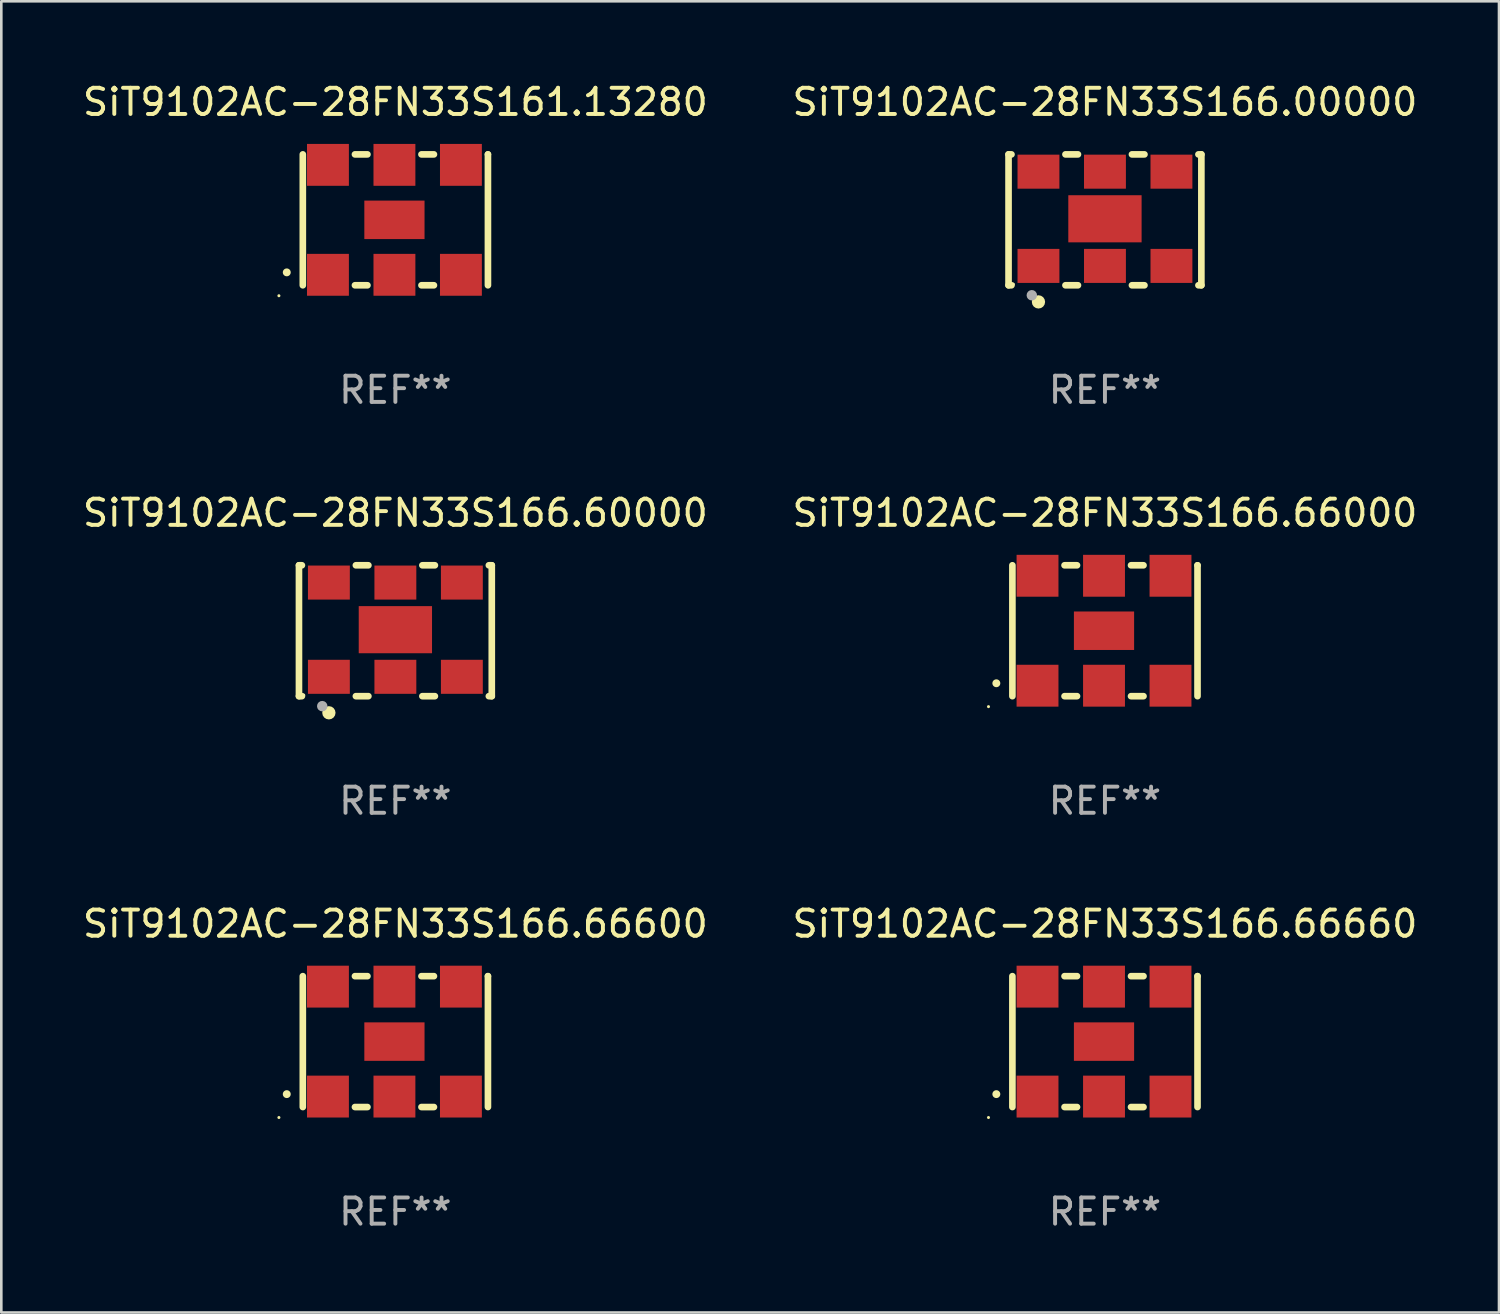
<source format=kicad_pcb>
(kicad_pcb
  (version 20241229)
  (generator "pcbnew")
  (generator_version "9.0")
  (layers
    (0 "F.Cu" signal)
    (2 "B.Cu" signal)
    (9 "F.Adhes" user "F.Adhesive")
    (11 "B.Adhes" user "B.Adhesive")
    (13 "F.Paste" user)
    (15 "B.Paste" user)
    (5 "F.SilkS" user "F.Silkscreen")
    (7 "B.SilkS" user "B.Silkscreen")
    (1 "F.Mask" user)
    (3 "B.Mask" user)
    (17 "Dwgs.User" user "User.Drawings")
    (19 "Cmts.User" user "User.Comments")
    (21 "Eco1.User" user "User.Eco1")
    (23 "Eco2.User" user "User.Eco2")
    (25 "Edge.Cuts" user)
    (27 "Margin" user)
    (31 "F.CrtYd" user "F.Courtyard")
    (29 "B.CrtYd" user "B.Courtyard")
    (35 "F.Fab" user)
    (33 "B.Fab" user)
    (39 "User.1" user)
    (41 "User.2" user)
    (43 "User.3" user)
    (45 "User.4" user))
  (footprint "SiT9102AC-28FN33S166.66660"
    (layer "F.Cu")
    (at 39.161 36.741)
    (property "Reference" "SiT9102AC-28FN33S166.66660" (at 0 -4.5 0) (layer "F.SilkS") (effects (font (size 1 1) (thickness 0.15))))
    (attr through_hole)
    (fp_line (start -3.536 -2.5) (end -3.536 2.5) (stroke (width 0.254) (type solid)) (layer "F.SilkS"))
    (fp_line (start -1.544 2.5) (end -1.067 2.5) (stroke (width 0.254) (type solid)) (layer "F.SilkS"))
    (fp_line (start -1.067 -2.5) (end -1.544 -2.5) (stroke (width 0.254) (type solid)) (layer "F.SilkS"))
    (fp_line (start 0.996 2.5) (end 1.473 2.5) (stroke (width 0.254) (type solid)) (layer "F.SilkS"))
    (fp_line (start 1.473 -2.5) (end 0.996 -2.5) (stroke (width 0.254) (type solid)) (layer "F.SilkS"))
    (fp_line (start 3.536 -2.5) (end 3.536 -2.5) (stroke (width 0.254) (type solid)) (layer "F.SilkS"))
    (fp_line (start 3.536 2.5) (end 3.536 -2.5) (stroke (width 0.254) (type solid)) (layer "F.SilkS"))
    (fp_arc (start -4.150432 2.006604) (mid -4.149162 2.006599) (end -4.147892 2.006604) (stroke (width 0.3) (type solid)) (layer "F.SilkS"))
    (fp_circle (center -4.449 2.9) (end -4.419 2.9) (stroke (width 0.06) (type solid)) (fill no) (layer "F.SilkS"))
    (fp_text user "REF**" (at 0 6.5 0) (layer "F.Fab") (effects (font (size 1 1) (thickness 0.15))))
    (pad "1" smd rect (at -2.576 2.1) (size 1.6 1.6) (layers "F.Cu" "F.Mask" "F.Paste"))
    (pad "2" smd rect (at -0.036 2.1) (size 1.6 1.6) (layers "F.Cu" "F.Mask" "F.Paste"))
    (pad "3" smd rect (at 2.504 2.1) (size 1.6 1.6) (layers "F.Cu" "F.Mask" "F.Paste"))
    (pad "4" smd rect (at 2.504 -2.1) (size 1.6 1.6) (layers "F.Cu" "F.Mask" "F.Paste"))
    (pad "5" smd rect (at -0.036 -2.1) (size 1.6 1.6) (layers "F.Cu" "F.Mask" "F.Paste"))
    (pad "6" smd rect (at -2.576 -2.1) (size 1.6 1.6) (layers "F.Cu" "F.Mask" "F.Paste"))
    (pad "7" smd rect (at -0.036 0) (size 2.3 1.47) (layers "F.Cu" "F.Mask" "F.Paste")))
  (footprint "SiT9102AC-28FN33S166.66600"
    (layer "F.Cu")
    (at 12.054 36.741)
    (property "Reference" "SiT9102AC-28FN33S166.66600" (at 0 -4.5 0) (layer "F.SilkS") (effects (font (size 1 1) (thickness 0.15))))
    (attr through_hole)
    (fp_line (start -3.536 -2.5) (end -3.536 2.5) (stroke (width 0.254) (type solid)) (layer "F.SilkS"))
    (fp_line (start -1.544 2.5) (end -1.067 2.5) (stroke (width 0.254) (type solid)) (layer "F.SilkS"))
    (fp_line (start -1.067 -2.5) (end -1.544 -2.5) (stroke (width 0.254) (type solid)) (layer "F.SilkS"))
    (fp_line (start 0.996 2.5) (end 1.473 2.5) (stroke (width 0.254) (type solid)) (layer "F.SilkS"))
    (fp_line (start 1.473 -2.5) (end 0.996 -2.5) (stroke (width 0.254) (type solid)) (layer "F.SilkS"))
    (fp_line (start 3.536 -2.5) (end 3.536 -2.5) (stroke (width 0.254) (type solid)) (layer "F.SilkS"))
    (fp_line (start 3.536 2.5) (end 3.536 -2.5) (stroke (width 0.254) (type solid)) (layer "F.SilkS"))
    (fp_arc (start -4.150432 2.006604) (mid -4.149162 2.006599) (end -4.147892 2.006604) (stroke (width 0.3) (type solid)) (layer "F.SilkS"))
    (fp_circle (center -4.449 2.9) (end -4.419 2.9) (stroke (width 0.06) (type solid)) (fill no) (layer "F.SilkS"))
    (fp_text user "REF**" (at 0 6.5 0) (layer "F.Fab") (effects (font (size 1 1) (thickness 0.15))))
    (pad "1" smd rect (at -2.576 2.1) (size 1.6 1.6) (layers "F.Cu" "F.Mask" "F.Paste"))
    (pad "2" smd rect (at -0.036 2.1) (size 1.6 1.6) (layers "F.Cu" "F.Mask" "F.Paste"))
    (pad "3" smd rect (at 2.504 2.1) (size 1.6 1.6) (layers "F.Cu" "F.Mask" "F.Paste"))
    (pad "4" smd rect (at 2.504 -2.1) (size 1.6 1.6) (layers "F.Cu" "F.Mask" "F.Paste"))
    (pad "5" smd rect (at -0.036 -2.1) (size 1.6 1.6) (layers "F.Cu" "F.Mask" "F.Paste"))
    (pad "6" smd rect (at -2.576 -2.1) (size 1.6 1.6) (layers "F.Cu" "F.Mask" "F.Paste"))
    (pad "7" smd rect (at -0.036 0) (size 2.3 1.47) (layers "F.Cu" "F.Mask" "F.Paste")))
  (footprint "SiT9102AC-28FN33S166.60000"
    (layer "F.Cu")
    (at 12.054 21.045)
    (property "Reference" "SiT9102AC-28FN33S166.60000" (at 0 -4.5 0) (layer "F.SilkS") (effects (font (size 1 1) (thickness 0.15))))
    (attr through_hole)
    (fp_line (start -3.683 -2.5) (end -3.571 -2.5) (stroke (width 0.254) (type solid)) (layer "F.SilkS"))
    (fp_line (start -3.683 2.5) (end -3.683 -2.5) (stroke (width 0.254) (type solid)) (layer "F.SilkS"))
    (fp_line (start -3.683 2.5) (end -3.571 2.5) (stroke (width 0.254) (type solid)) (layer "F.SilkS"))
    (fp_line (start -1.509 -2.5) (end -1.031 -2.5) (stroke (width 0.254) (type solid)) (layer "F.SilkS"))
    (fp_line (start -1.509 2.5) (end -1.031 2.5) (stroke (width 0.254) (type solid)) (layer "F.SilkS"))
    (fp_line (start 1.031 -2.5) (end 1.509 -2.5) (stroke (width 0.254) (type solid)) (layer "F.SilkS"))
    (fp_line (start 1.031 2.5) (end 1.509 2.5) (stroke (width 0.254) (type solid)) (layer "F.SilkS"))
    (fp_line (start 3.571 -2.5) (end 3.683 -2.5) (stroke (width 0.254) (type solid)) (layer "F.SilkS"))
    (fp_line (start 3.571 2.5) (end 3.683 2.5) (stroke (width 0.254) (type solid)) (layer "F.SilkS"))
    (fp_line (start 3.683 2.5) (end 3.683 -2.5) (stroke (width 0.254) (type solid)) (layer "F.SilkS"))
    (fp_circle (center -3.5 2.46) (end -3.47 2.46) (stroke (width 0.06) (type solid)) (fill no) (layer "F.SilkS"))
    (fp_circle (center -2.54 3.135) (end -2.413 3.135) (stroke (width 0.254) (type solid)) (fill no) (layer "F.SilkS"))
    (fp_circle (center -2.794 2.881) (end -2.694 2.881) (stroke (width 0.2) (type solid)) (fill no) (layer "F.Fab"))
    (fp_text user "REF**" (at 0 6.5 0) (layer "F.Fab") (effects (font (size 1 1) (thickness 0.15))))
    (pad "1" smd rect (at -2.54 1.76) (size 1.6 1.3) (layers "F.Cu" "F.Mask" "F.Paste"))
    (pad "2" smd rect (at 0 1.76) (size 1.6 1.3) (layers "F.Cu" "F.Mask" "F.Paste"))
    (pad "3" smd rect (at 2.54 1.76) (size 1.6 1.3) (layers "F.Cu" "F.Mask" "F.Paste"))
    (pad "4" smd rect (at 2.54 -1.84) (size 1.6 1.3) (layers "F.Cu" "F.Mask" "F.Paste"))
    (pad "5" smd rect (at 0 -1.84) (size 1.6 1.3) (layers "F.Cu" "F.Mask" "F.Paste"))
    (pad "6" smd rect (at -2.54 -1.84) (size 1.6 1.3) (layers "F.Cu" "F.Mask" "F.Paste"))
    (pad "7" smd rect (at 0 -0.04) (size 2.8 1.8) (layers "F.Cu" "F.Mask" "F.Paste")))
  (footprint "SiT9102AC-28FN33S161.13280"
    (layer "F.Cu")
    (at 12.054 5.348)
    (property "Reference" "SiT9102AC-28FN33S161.13280" (at 0 -4.5 0) (layer "F.SilkS") (effects (font (size 1 1) (thickness 0.15))))
    (attr through_hole)
    (fp_line (start -3.536 -2.5) (end -3.536 2.5) (stroke (width 0.254) (type solid)) (layer "F.SilkS"))
    (fp_line (start -1.544 2.5) (end -1.067 2.5) (stroke (width 0.254) (type solid)) (layer "F.SilkS"))
    (fp_line (start -1.067 -2.5) (end -1.544 -2.5) (stroke (width 0.254) (type solid)) (layer "F.SilkS"))
    (fp_line (start 0.996 2.5) (end 1.473 2.5) (stroke (width 0.254) (type solid)) (layer "F.SilkS"))
    (fp_line (start 1.473 -2.5) (end 0.996 -2.5) (stroke (width 0.254) (type solid)) (layer "F.SilkS"))
    (fp_line (start 3.536 -2.5) (end 3.536 -2.5) (stroke (width 0.254) (type solid)) (layer "F.SilkS"))
    (fp_line (start 3.536 2.5) (end 3.536 -2.5) (stroke (width 0.254) (type solid)) (layer "F.SilkS"))
    (fp_arc (start -4.150432 2.006604) (mid -4.149162 2.006599) (end -4.147892 2.006604) (stroke (width 0.3) (type solid)) (layer "F.SilkS"))
    (fp_circle (center -4.449 2.9) (end -4.419 2.9) (stroke (width 0.06) (type solid)) (fill no) (layer "F.SilkS"))
    (fp_text user "REF**" (at 0 6.5 0) (layer "F.Fab") (effects (font (size 1 1) (thickness 0.15))))
    (pad "1" smd rect (at -2.576 2.1) (size 1.6 1.6) (layers "F.Cu" "F.Mask" "F.Paste"))
    (pad "2" smd rect (at -0.036 2.1) (size 1.6 1.6) (layers "F.Cu" "F.Mask" "F.Paste"))
    (pad "3" smd rect (at 2.504 2.1) (size 1.6 1.6) (layers "F.Cu" "F.Mask" "F.Paste"))
    (pad "4" smd rect (at 2.504 -2.1) (size 1.6 1.6) (layers "F.Cu" "F.Mask" "F.Paste"))
    (pad "5" smd rect (at -0.036 -2.1) (size 1.6 1.6) (layers "F.Cu" "F.Mask" "F.Paste"))
    (pad "6" smd rect (at -2.576 -2.1) (size 1.6 1.6) (layers "F.Cu" "F.Mask" "F.Paste"))
    (pad "7" smd rect (at -0.036 0) (size 2.3 1.47) (layers "F.Cu" "F.Mask" "F.Paste")))
  (footprint "SiT9102AC-28FN33S166.00000"
    (layer "F.Cu")
    (at 39.161 5.348)
    (property "Reference" "SiT9102AC-28FN33S166.00000" (at 0 -4.5 0) (layer "F.SilkS") (effects (font (size 1 1) (thickness 0.15))))
    (attr through_hole)
    (fp_line (start -3.683 -2.5) (end -3.571 -2.5) (stroke (width 0.254) (type solid)) (layer "F.SilkS"))
    (fp_line (start -3.683 2.5) (end -3.683 -2.5) (stroke (width 0.254) (type solid)) (layer "F.SilkS"))
    (fp_line (start -3.683 2.5) (end -3.571 2.5) (stroke (width 0.254) (type solid)) (layer "F.SilkS"))
    (fp_line (start -1.509 -2.5) (end -1.031 -2.5) (stroke (width 0.254) (type solid)) (layer "F.SilkS"))
    (fp_line (start -1.509 2.5) (end -1.031 2.5) (stroke (width 0.254) (type solid)) (layer "F.SilkS"))
    (fp_line (start 1.031 -2.5) (end 1.509 -2.5) (stroke (width 0.254) (type solid)) (layer "F.SilkS"))
    (fp_line (start 1.031 2.5) (end 1.509 2.5) (stroke (width 0.254) (type solid)) (layer "F.SilkS"))
    (fp_line (start 3.571 -2.5) (end 3.683 -2.5) (stroke (width 0.254) (type solid)) (layer "F.SilkS"))
    (fp_line (start 3.571 2.5) (end 3.683 2.5) (stroke (width 0.254) (type solid)) (layer "F.SilkS"))
    (fp_line (start 3.683 2.5) (end 3.683 -2.5) (stroke (width 0.254) (type solid)) (layer "F.SilkS"))
    (fp_circle (center -3.5 2.46) (end -3.47 2.46) (stroke (width 0.06) (type solid)) (fill no) (layer "F.SilkS"))
    (fp_circle (center -2.54 3.135) (end -2.413 3.135) (stroke (width 0.254) (type solid)) (fill no) (layer "F.SilkS"))
    (fp_circle (center -2.794 2.881) (end -2.694 2.881) (stroke (width 0.2) (type solid)) (fill no) (layer "F.Fab"))
    (fp_text user "REF**" (at 0 6.5 0) (layer "F.Fab") (effects (font (size 1 1) (thickness 0.15))))
    (pad "1" smd rect (at -2.54 1.76) (size 1.6 1.3) (layers "F.Cu" "F.Mask" "F.Paste"))
    (pad "2" smd rect (at 0 1.76) (size 1.6 1.3) (layers "F.Cu" "F.Mask" "F.Paste"))
    (pad "3" smd rect (at 2.54 1.76) (size 1.6 1.3) (layers "F.Cu" "F.Mask" "F.Paste"))
    (pad "4" smd rect (at 2.54 -1.84) (size 1.6 1.3) (layers "F.Cu" "F.Mask" "F.Paste"))
    (pad "5" smd rect (at 0 -1.84) (size 1.6 1.3) (layers "F.Cu" "F.Mask" "F.Paste"))
    (pad "6" smd rect (at -2.54 -1.84) (size 1.6 1.3) (layers "F.Cu" "F.Mask" "F.Paste"))
    (pad "7" smd rect (at 0 -0.04) (size 2.8 1.8) (layers "F.Cu" "F.Mask" "F.Paste")))
  (footprint "SiT9102AC-28FN33S166.66000"
    (layer "F.Cu")
    (at 39.161 21.045)
    (property "Reference" "SiT9102AC-28FN33S166.66000" (at 0 -4.5 0) (layer "F.SilkS") (effects (font (size 1 1) (thickness 0.15))))
    (attr through_hole)
    (fp_line (start -3.536 -2.5) (end -3.536 2.5) (stroke (width 0.254) (type solid)) (layer "F.SilkS"))
    (fp_line (start -1.544 2.5) (end -1.067 2.5) (stroke (width 0.254) (type solid)) (layer "F.SilkS"))
    (fp_line (start -1.067 -2.5) (end -1.544 -2.5) (stroke (width 0.254) (type solid)) (layer "F.SilkS"))
    (fp_line (start 0.996 2.5) (end 1.473 2.5) (stroke (width 0.254) (type solid)) (layer "F.SilkS"))
    (fp_line (start 1.473 -2.5) (end 0.996 -2.5) (stroke (width 0.254) (type solid)) (layer "F.SilkS"))
    (fp_line (start 3.536 -2.5) (end 3.536 -2.5) (stroke (width 0.254) (type solid)) (layer "F.SilkS"))
    (fp_line (start 3.536 2.5) (end 3.536 -2.5) (stroke (width 0.254) (type solid)) (layer "F.SilkS"))
    (fp_arc (start -4.150432 2.006604) (mid -4.149162 2.006599) (end -4.147892 2.006604) (stroke (width 0.3) (type solid)) (layer "F.SilkS"))
    (fp_circle (center -4.449 2.9) (end -4.419 2.9) (stroke (width 0.06) (type solid)) (fill no) (layer "F.SilkS"))
    (fp_text user "REF**" (at 0 6.5 0) (layer "F.Fab") (effects (font (size 1 1) (thickness 0.15))))
    (pad "1" smd rect (at -2.576 2.1) (size 1.6 1.6) (layers "F.Cu" "F.Mask" "F.Paste"))
    (pad "2" smd rect (at -0.036 2.1) (size 1.6 1.6) (layers "F.Cu" "F.Mask" "F.Paste"))
    (pad "3" smd rect (at 2.504 2.1) (size 1.6 1.6) (layers "F.Cu" "F.Mask" "F.Paste"))
    (pad "4" smd rect (at 2.504 -2.1) (size 1.6 1.6) (layers "F.Cu" "F.Mask" "F.Paste"))
    (pad "5" smd rect (at -0.036 -2.1) (size 1.6 1.6) (layers "F.Cu" "F.Mask" "F.Paste"))
    (pad "6" smd rect (at -2.576 -2.1) (size 1.6 1.6) (layers "F.Cu" "F.Mask" "F.Paste"))
    (pad "7" smd rect (at -0.036 0) (size 2.3 1.47) (layers "F.Cu" "F.Mask" "F.Paste")))
  (gr_rect
    (start -3 -3)
    (end 54.214 47.09)
    (stroke (width 0.1) (type default))
    (fill no)
    (layer "Edge.Cuts")))
</source>
